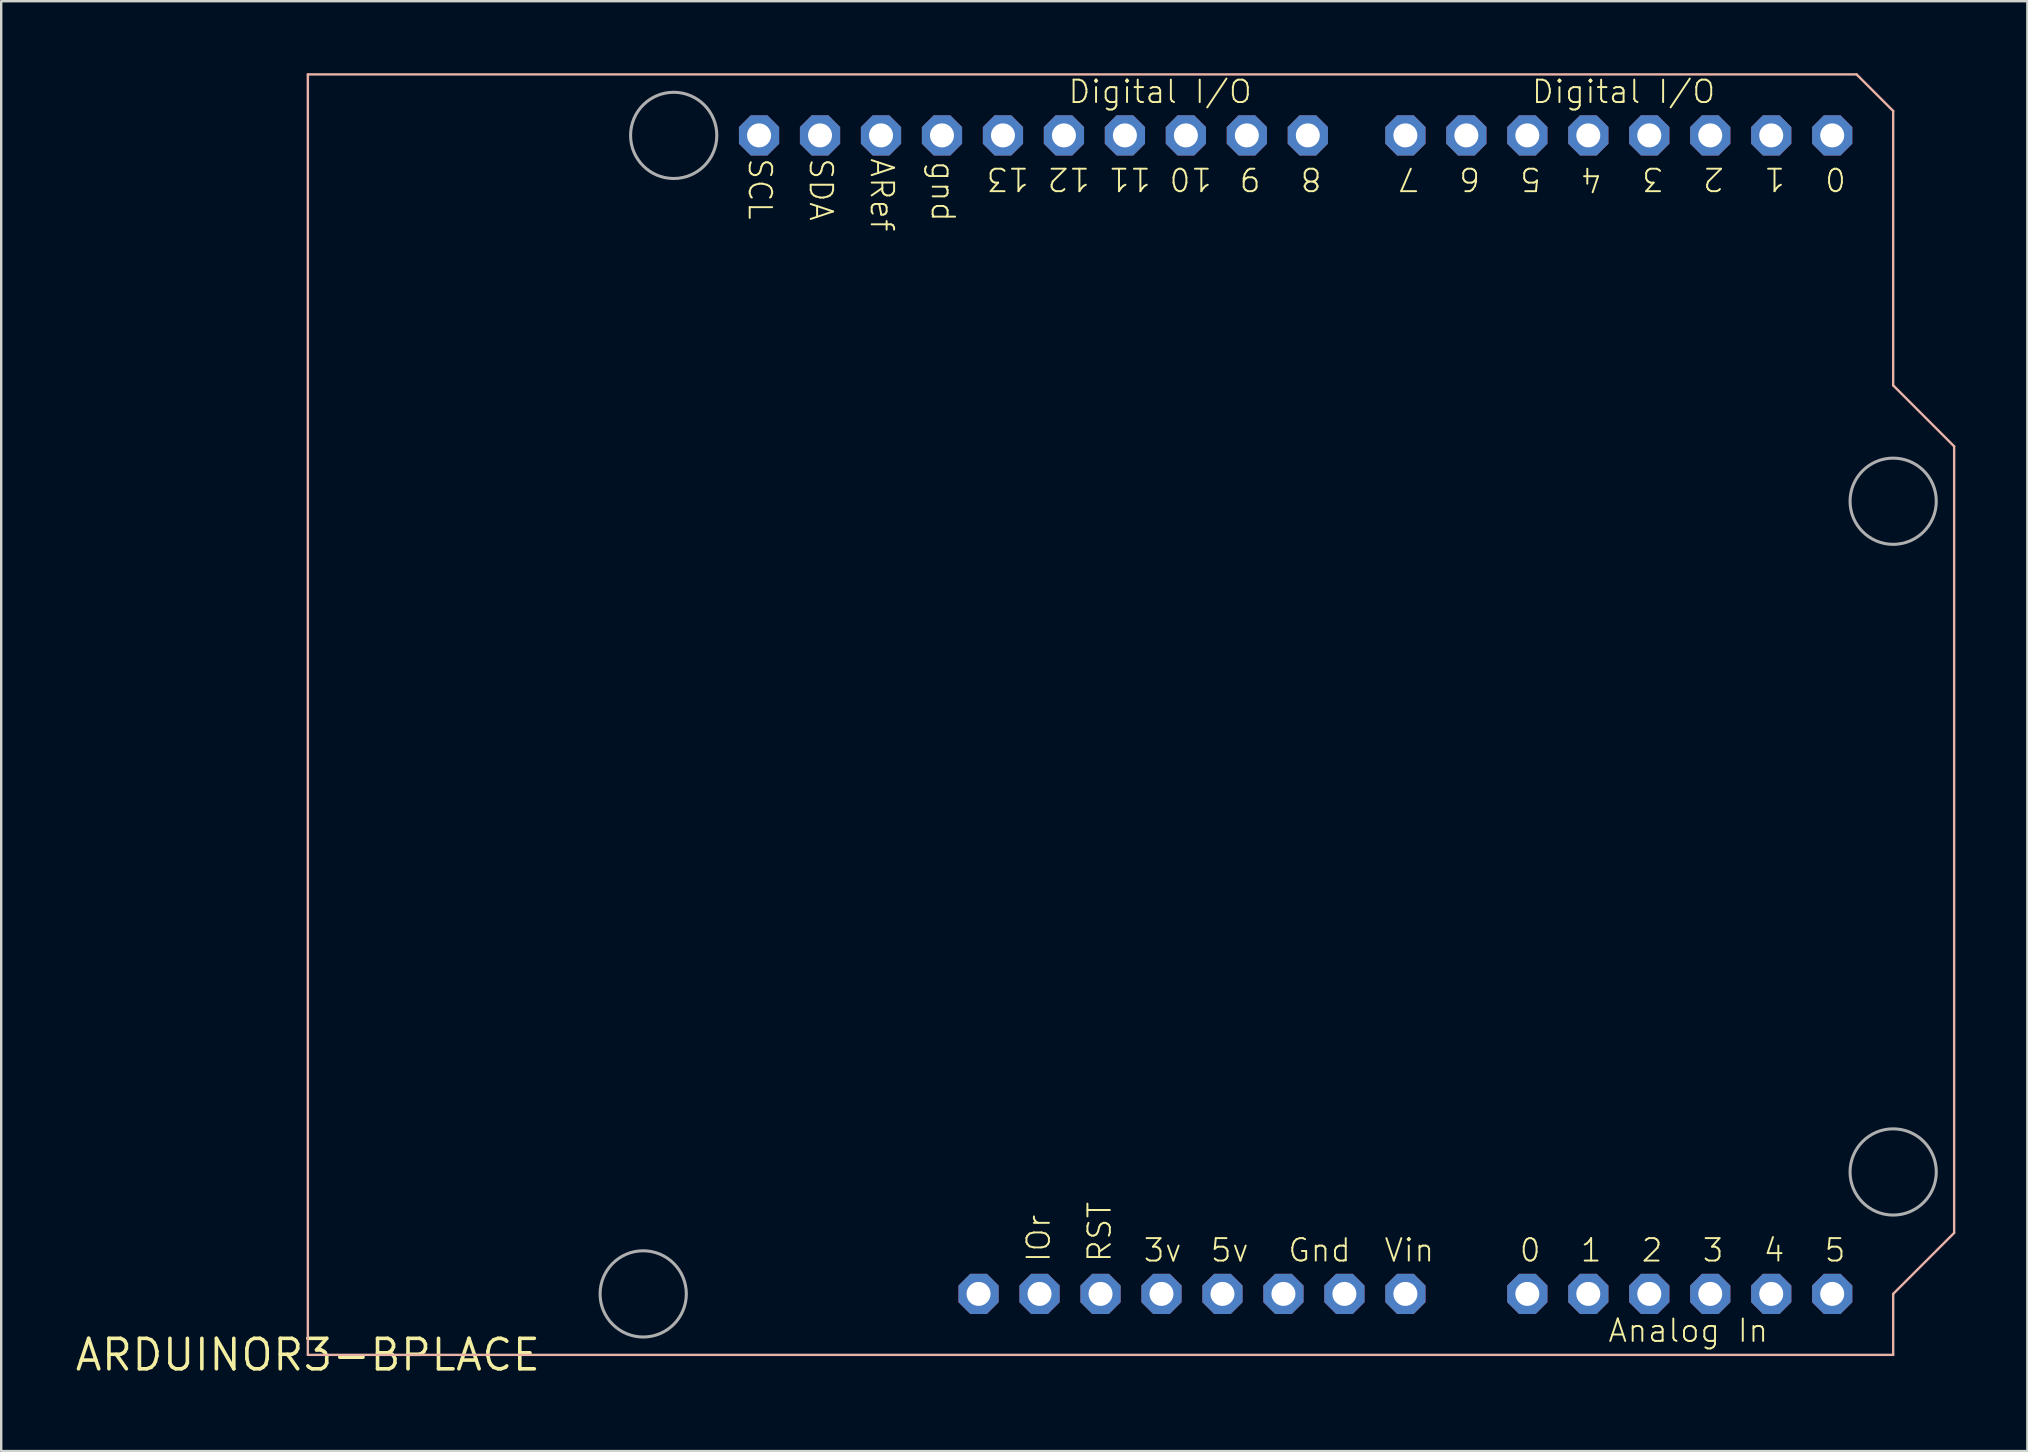
<source format=kicad_pcb>
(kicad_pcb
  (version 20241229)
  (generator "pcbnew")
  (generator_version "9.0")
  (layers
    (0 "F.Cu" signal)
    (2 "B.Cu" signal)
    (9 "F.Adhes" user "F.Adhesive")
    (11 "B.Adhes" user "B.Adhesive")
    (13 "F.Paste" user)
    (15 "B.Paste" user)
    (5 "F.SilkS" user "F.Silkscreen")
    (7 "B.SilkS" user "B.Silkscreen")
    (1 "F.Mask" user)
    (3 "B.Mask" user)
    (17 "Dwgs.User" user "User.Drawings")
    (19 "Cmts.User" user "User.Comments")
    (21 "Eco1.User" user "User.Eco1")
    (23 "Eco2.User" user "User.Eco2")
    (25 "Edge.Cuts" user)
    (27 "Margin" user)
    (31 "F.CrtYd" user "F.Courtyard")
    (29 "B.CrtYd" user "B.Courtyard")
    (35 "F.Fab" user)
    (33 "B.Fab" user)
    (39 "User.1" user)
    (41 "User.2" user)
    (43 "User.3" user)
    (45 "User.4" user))
  (footprint "ARDUINOR3-BPLACE"
    (layer "F.Cu")
    (at 9.774 53.39)
    (property "Reference" "ARDUINOR3-BPLACE" (at 0 0 0) (layer "F.SilkS") (effects (font (size 1.27 1.27) (thickness 0.15))))
    (fp_line (start 0 -53.34) (end 0 0) (stroke (width 0.1) (type solid)) (layer "B.SilkS"))
    (fp_line (start 0 0) (end 66.04 0) (stroke (width 0.1) (type solid)) (layer "B.SilkS"))
    (fp_line (start 64.516 -53.34) (end 0 -53.34) (stroke (width 0.1) (type solid)) (layer "B.SilkS"))
    (fp_line (start 66.04 -51.816) (end 64.516 -53.34) (stroke (width 0.1) (type solid)) (layer "B.SilkS"))
    (fp_line (start 66.04 -40.386) (end 66.04 -51.816) (stroke (width 0.1) (type solid)) (layer "B.SilkS"))
    (fp_line (start 66.04 -2.54) (end 68.58 -5.08) (stroke (width 0.1) (type solid)) (layer "B.SilkS"))
    (fp_line (start 66.04 0) (end 66.04 -2.54) (stroke (width 0.1) (type solid)) (layer "B.SilkS"))
    (fp_line (start 68.58 -37.846) (end 66.04 -40.386) (stroke (width 0.1) (type solid)) (layer "B.SilkS"))
    (fp_line (start 68.58 -5.08) (end 68.58 -37.846) (stroke (width 0.1) (type solid)) (layer "B.SilkS"))
    (fp_circle (center 13.97 -2.54) (end 15.766 -2.54) (stroke (width 0.127) (type solid)) (fill no) (layer "F.Fab"))
    (fp_circle (center 15.24 -50.8) (end 17.036 -50.8) (stroke (width 0.127) (type solid)) (fill no) (layer "F.Fab"))
    (fp_circle (center 66.04 -35.56) (end 67.836 -35.56) (stroke (width 0.127) (type solid)) (fill no) (layer "F.Fab"))
    (fp_circle (center 66.04 -7.62) (end 67.836 -7.62) (stroke (width 0.127) (type solid)) (fill no) (layer "F.Fab"))
    (fp_text user "2" (at 55.499 -3.81 0) (unlocked yes) (layer "F.SilkS") (effects (font (size 0.935 0.935) (thickness 0.081)) (justify left bottom)))
    (fp_text user "2" (at 59.055 -49.53 180) (unlocked yes) (layer "F.SilkS") (effects (font (size 0.935 0.935) (thickness 0.081)) (justify left bottom)))
    (fp_text user "5" (at 63.119 -3.81 0) (unlocked yes) (layer "F.SilkS") (effects (font (size 0.935 0.935) (thickness 0.081)) (justify left bottom)))
    (fp_text user "RST" (at 33.528 -3.8 90) (unlocked yes) (layer "F.SilkS") (effects (font (size 0.935 0.935) (thickness 0.081)) (justify left bottom)))
    (fp_text user "SDA" (at 20.828 -49.911 270) (unlocked yes) (layer "F.SilkS") (effects (font (size 0.935 0.935) (thickness 0.081)) (justify left bottom)))
    (fp_text user "4" (at 60.579 -3.81 0) (unlocked yes) (layer "F.SilkS") (effects (font (size 0.935 0.935) (thickness 0.081)) (justify left bottom)))
    (fp_text user "3" (at 58.039 -3.81 0) (unlocked yes) (layer "F.SilkS") (effects (font (size 0.935 0.935) (thickness 0.081)) (justify left bottom)))
    (fp_text user "7" (at 46.355 -49.53 180) (unlocked yes) (layer "F.SilkS") (effects (font (size 0.935 0.935) (thickness 0.081)) (justify left bottom)))
    (fp_text user "5" (at 51.435 -49.53 180) (unlocked yes) (layer "F.SilkS") (effects (font (size 0.935 0.935) (thickness 0.081)) (justify left bottom)))
    (fp_text user "Vin" (at 44.785 -3.81 0) (unlocked yes) (layer "F.SilkS") (effects (font (size 0.935 0.935) (thickness 0.081)) (justify left bottom)))
    (fp_text user "9" (at 39.751 -49.53 180) (unlocked yes) (layer "F.SilkS") (effects (font (size 0.935 0.935) (thickness 0.081)) (justify left bottom)))
    (fp_text user "Digital I/O" (at 31.623 -52.07 0) (unlocked yes) (layer "F.SilkS") (effects (font (size 0.935 0.935) (thickness 0.081)) (justify left bottom)))
    (fp_text user "8" (at 42.291 -49.53 180) (unlocked yes) (layer "F.SilkS") (effects (font (size 0.935 0.935) (thickness 0.081)) (justify left bottom)))
    (fp_text user "1" (at 52.959 -3.81 0) (unlocked yes) (layer "F.SilkS") (effects (font (size 0.935 0.935) (thickness 0.081)) (justify left bottom)))
    (fp_text user "0" (at 64.135 -49.53 180) (unlocked yes) (layer "F.SilkS") (effects (font (size 0.935 0.935) (thickness 0.081)) (justify left bottom)))
    (fp_text user "6" (at 48.895 -49.53 180) (unlocked yes) (layer "F.SilkS") (effects (font (size 0.935 0.935) (thickness 0.081)) (justify left bottom)))
    (fp_text user "3v" (at 34.752 -3.81 0) (unlocked yes) (layer "F.SilkS") (effects (font (size 0.935 0.935) (thickness 0.081)) (justify left bottom)))
    (fp_text user "5v" (at 37.546 -3.81 0) (unlocked yes) (layer "F.SilkS") (effects (font (size 0.935 0.935) (thickness 0.081)) (justify left bottom)))
    (fp_text user "Analog In" (at 54.112 -0.462 0) (unlocked yes) (layer "F.SilkS") (effects (font (size 0.935 0.935) (thickness 0.081)) (justify left bottom)))
    (fp_text user "IOr" (at 30.988 -3.8 90) (unlocked yes) (layer "F.SilkS") (effects (font (size 0.935 0.935) (thickness 0.081)) (justify left bottom)))
    (fp_text user "12" (at 32.639 -49.53 180) (unlocked yes) (layer "F.SilkS") (effects (font (size 0.935 0.935) (thickness 0.081)) (justify left bottom)))
    (fp_text user "3" (at 56.515 -49.53 180) (unlocked yes) (layer "F.SilkS") (effects (font (size 0.935 0.935) (thickness 0.081)) (justify left bottom)))
    (fp_text user "13" (at 30.099 -49.53 180) (unlocked yes) (layer "F.SilkS") (effects (font (size 0.935 0.935) (thickness 0.081)) (justify left bottom)))
    (fp_text user "Digital I/O" (at 50.927 -52.07 0) (unlocked yes) (layer "F.SilkS") (effects (font (size 0.935 0.935) (thickness 0.081)) (justify left bottom)))
    (fp_text user "4" (at 53.975 -49.53 180) (unlocked yes) (layer "F.SilkS") (effects (font (size 0.935 0.935) (thickness 0.081)) (justify left bottom)))
    (fp_text user "SCL" (at 18.288 -49.911 270) (unlocked yes) (layer "F.SilkS") (effects (font (size 0.935 0.935) (thickness 0.081)) (justify left bottom)))
    (fp_text user "Gnd" (at 40.777 -3.81 0) (unlocked yes) (layer "F.SilkS") (effects (font (size 0.935 0.935) (thickness 0.081)) (justify left bottom)))
    (fp_text user "11" (at 35.179 -49.53 180) (unlocked yes) (layer "F.SilkS") (effects (font (size 0.935 0.935) (thickness 0.081)) (justify left bottom)))
    (fp_text user "10" (at 37.719 -49.53 180) (unlocked yes) (layer "F.SilkS") (effects (font (size 0.935 0.935) (thickness 0.081)) (justify left bottom)))
    (fp_text user "ARef" (at 23.368 -49.911 270) (unlocked yes) (layer "F.SilkS") (effects (font (size 0.935 0.935) (thickness 0.081)) (justify left bottom)))
    (fp_text user "0" (at 50.419 -3.81 0) (unlocked yes) (layer "F.SilkS") (effects (font (size 0.935 0.935) (thickness 0.081)) (justify left bottom)))
    (fp_text user "1" (at 61.595 -49.53 180) (unlocked yes) (layer "F.SilkS") (effects (font (size 0.935 0.935) (thickness 0.081)) (justify left bottom)))
    (fp_text user "gnd" (at 25.908 -49.784 270) (unlocked yes) (layer "F.SilkS") (effects (font (size 0.935 0.935) (thickness 0.081)) (justify left bottom)))
    (pad "3V" thru_hole roundrect (at 35.56 -2.54) (size 1.676 1.676) (drill 1) (layers "*.Cu" "*.Mask") (roundrect_rratio 0.25) (chamfer_ratio 0.293) (chamfer top_left top_right bottom_left bottom_right))
    (pad "5V" thru_hole roundrect (at 38.1 -2.54) (size 1.676 1.676) (drill 1) (layers "*.Cu" "*.Mask") (roundrect_rratio 0.25) (chamfer_ratio 0.293) (chamfer top_left top_right bottom_left bottom_right))
    (pad "A0" thru_hole roundrect (at 50.8 -2.54) (size 1.676 1.676) (drill 1) (layers "*.Cu" "*.Mask") (roundrect_rratio 0.25) (chamfer_ratio 0.293) (chamfer top_left top_right bottom_left bottom_right))
    (pad "A1" thru_hole roundrect (at 53.34 -2.54) (size 1.676 1.676) (drill 1) (layers "*.Cu" "*.Mask") (roundrect_rratio 0.25) (chamfer_ratio 0.293) (chamfer top_left top_right bottom_left bottom_right))
    (pad "A2" thru_hole roundrect (at 55.88 -2.54) (size 1.676 1.676) (drill 1) (layers "*.Cu" "*.Mask") (roundrect_rratio 0.25) (chamfer_ratio 0.293) (chamfer top_left top_right bottom_left bottom_right))
    (pad "A3" thru_hole roundrect (at 58.42 -2.54) (size 1.676 1.676) (drill 1) (layers "*.Cu" "*.Mask") (roundrect_rratio 0.25) (chamfer_ratio 0.293) (chamfer top_left top_right bottom_left bottom_right))
    (pad "A4" thru_hole roundrect (at 60.96 -2.54) (size 1.676 1.676) (drill 1) (layers "*.Cu" "*.Mask") (roundrect_rratio 0.25) (chamfer_ratio 0.293) (chamfer top_left top_right bottom_left bottom_right))
    (pad "A5" thru_hole roundrect (at 63.5 -2.54) (size 1.676 1.676) (drill 1) (layers "*.Cu" "*.Mask") (roundrect_rratio 0.25) (chamfer_ratio 0.293) (chamfer top_left top_right bottom_left bottom_right))
    (pad "AREF" thru_hole roundrect (at 23.876 -50.8) (size 1.676 1.676) (drill 1) (layers "*.Cu" "*.Mask") (roundrect_rratio 0.25) (chamfer_ratio 0.293) (chamfer top_left top_right bottom_left bottom_right))
    (pad "D0" thru_hole roundrect (at 63.5 -50.8) (size 1.676 1.676) (drill 1) (layers "*.Cu" "*.Mask") (roundrect_rratio 0.25) (chamfer_ratio 0.293) (chamfer top_left top_right bottom_left bottom_right))
    (pad "D1" thru_hole roundrect (at 60.96 -50.8) (size 1.676 1.676) (drill 1) (layers "*.Cu" "*.Mask") (roundrect_rratio 0.25) (chamfer_ratio 0.293) (chamfer top_left top_right bottom_left bottom_right))
    (pad "D2" thru_hole roundrect (at 58.42 -50.8) (size 1.676 1.676) (drill 1) (layers "*.Cu" "*.Mask") (roundrect_rratio 0.25) (chamfer_ratio 0.293) (chamfer top_left top_right bottom_left bottom_right))
    (pad "D3" thru_hole roundrect (at 55.88 -50.8) (size 1.676 1.676) (drill 1) (layers "*.Cu" "*.Mask") (roundrect_rratio 0.25) (chamfer_ratio 0.293) (chamfer top_left top_right bottom_left bottom_right))
    (pad "D4" thru_hole roundrect (at 53.34 -50.8) (size 1.676 1.676) (drill 1) (layers "*.Cu" "*.Mask") (roundrect_rratio 0.25) (chamfer_ratio 0.293) (chamfer top_left top_right bottom_left bottom_right))
    (pad "D5" thru_hole roundrect (at 50.8 -50.8) (size 1.676 1.676) (drill 1) (layers "*.Cu" "*.Mask") (roundrect_rratio 0.25) (chamfer_ratio 0.293) (chamfer top_left top_right bottom_left bottom_right))
    (pad "D6" thru_hole roundrect (at 48.26 -50.8) (size 1.676 1.676) (drill 1) (layers "*.Cu" "*.Mask") (roundrect_rratio 0.25) (chamfer_ratio 0.293) (chamfer top_left top_right bottom_left bottom_right))
    (pad "D7" thru_hole roundrect (at 45.72 -50.8) (size 1.676 1.676) (drill 1) (layers "*.Cu" "*.Mask") (roundrect_rratio 0.25) (chamfer_ratio 0.293) (chamfer top_left top_right bottom_left bottom_right))
    (pad "D8" thru_hole roundrect (at 41.656 -50.8) (size 1.676 1.676) (drill 1) (layers "*.Cu" "*.Mask") (roundrect_rratio 0.25) (chamfer_ratio 0.293) (chamfer top_left top_right bottom_left bottom_right))
    (pad "D9" thru_hole roundrect (at 39.116 -50.8) (size 1.676 1.676) (drill 1) (layers "*.Cu" "*.Mask") (roundrect_rratio 0.25) (chamfer_ratio 0.293) (chamfer top_left top_right bottom_left bottom_right))
    (pad "D10" thru_hole roundrect (at 36.576 -50.8) (size 1.676 1.676) (drill 1) (layers "*.Cu" "*.Mask") (roundrect_rratio 0.25) (chamfer_ratio 0.293) (chamfer top_left top_right bottom_left bottom_right))
    (pad "D11" thru_hole roundrect (at 34.036 -50.8) (size 1.676 1.676) (drill 1) (layers "*.Cu" "*.Mask") (roundrect_rratio 0.25) (chamfer_ratio 0.293) (chamfer top_left top_right bottom_left bottom_right))
    (pad "D12" thru_hole roundrect (at 31.496 -50.8) (size 1.676 1.676) (drill 1) (layers "*.Cu" "*.Mask") (roundrect_rratio 0.25) (chamfer_ratio 0.293) (chamfer top_left top_right bottom_left bottom_right))
    (pad "D13" thru_hole roundrect (at 28.956 -50.8) (size 1.676 1.676) (drill 1) (layers "*.Cu" "*.Mask") (roundrect_rratio 0.25) (chamfer_ratio 0.293) (chamfer top_left top_right bottom_left bottom_right))
    (pad "GND" thru_hole roundrect (at 26.416 -50.8) (size 1.676 1.676) (drill 1) (layers "*.Cu" "*.Mask") (roundrect_rratio 0.25) (chamfer_ratio 0.293) (chamfer top_left top_right bottom_left bottom_right))
    (pad "GND1" thru_hole roundrect (at 43.18 -2.54) (size 1.676 1.676) (drill 1) (layers "*.Cu" "*.Mask") (roundrect_rratio 0.25) (chamfer_ratio 0.293) (chamfer top_left top_right bottom_left bottom_right))
    (pad "GND2" thru_hole roundrect (at 40.64 -2.54) (size 1.676 1.676) (drill 1) (layers "*.Cu" "*.Mask") (roundrect_rratio 0.25) (chamfer_ratio 0.293) (chamfer top_left top_right bottom_left bottom_right))
    (pad "IOREF" thru_hole roundrect (at 30.48 -2.54) (size 1.676 1.676) (drill 1) (layers "*.Cu" "*.Mask") (roundrect_rratio 0.25) (chamfer_ratio 0.293) (chamfer top_left top_right bottom_left bottom_right))
    (pad "RESERVED" thru_hole roundrect (at 27.94 -2.54) (size 1.676 1.676) (drill 1) (layers "*.Cu" "*.Mask") (roundrect_rratio 0.25) (chamfer_ratio 0.293) (chamfer top_left top_right bottom_left bottom_right))
    (pad "RESET" thru_hole roundrect (at 33.02 -2.54) (size 1.676 1.676) (drill 1) (layers "*.Cu" "*.Mask") (roundrect_rratio 0.25) (chamfer_ratio 0.293) (chamfer top_left top_right bottom_left bottom_right))
    (pad "SCL" thru_hole roundrect (at 18.796 -50.8) (size 1.676 1.676) (drill 1) (layers "*.Cu" "*.Mask") (roundrect_rratio 0.25) (chamfer_ratio 0.293) (chamfer top_left top_right bottom_left bottom_right))
    (pad "SDA" thru_hole roundrect (at 21.336 -50.8) (size 1.676 1.676) (drill 1) (layers "*.Cu" "*.Mask") (roundrect_rratio 0.25) (chamfer_ratio 0.293) (chamfer top_left top_right bottom_left bottom_right))
    (pad "VIN" thru_hole roundrect (at 45.72 -2.54) (size 1.676 1.676) (drill 1) (layers "*.Cu" "*.Mask") (roundrect_rratio 0.25) (chamfer_ratio 0.293) (chamfer top_left top_right bottom_left bottom_right)))
  (gr_rect
    (start -3 -3)
    (end 81.404 57.396)
    (stroke (width 0.1) (type default))
    (fill no)
    (layer "Edge.Cuts")))
</source>
